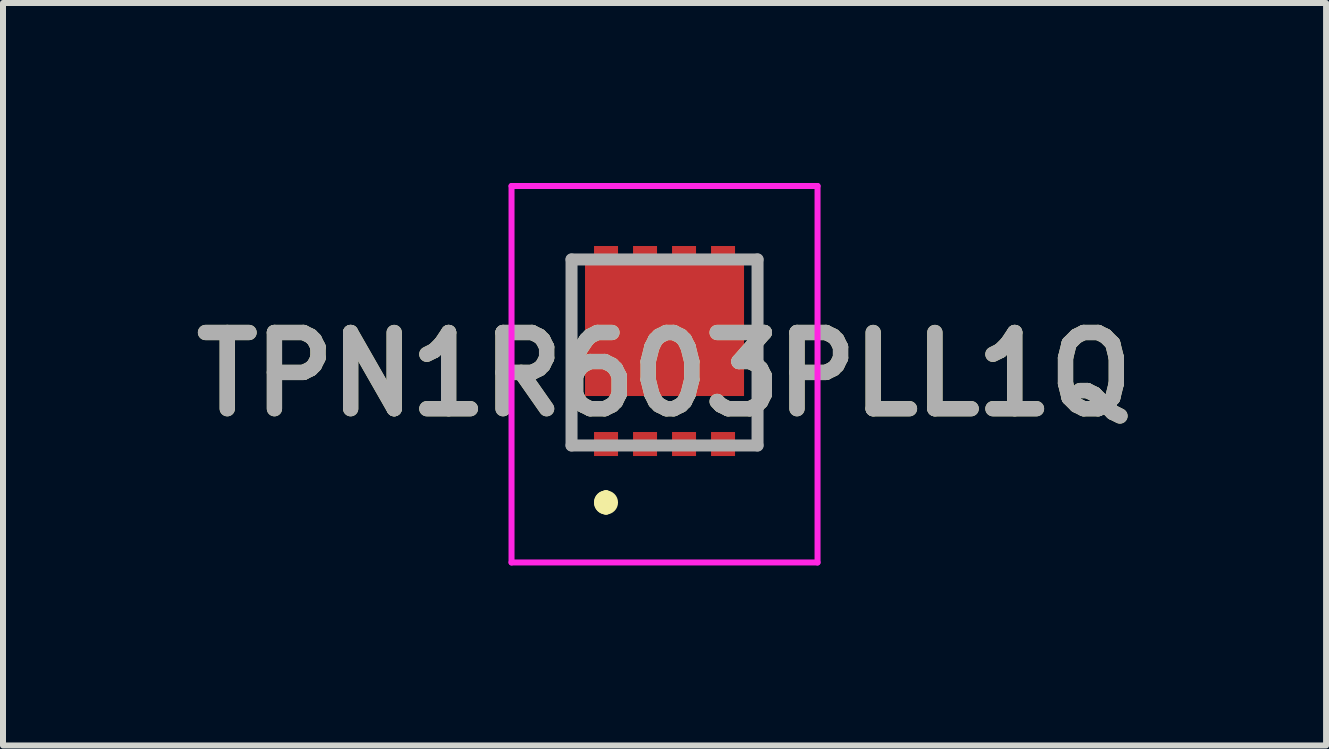
<source format=kicad_pcb>
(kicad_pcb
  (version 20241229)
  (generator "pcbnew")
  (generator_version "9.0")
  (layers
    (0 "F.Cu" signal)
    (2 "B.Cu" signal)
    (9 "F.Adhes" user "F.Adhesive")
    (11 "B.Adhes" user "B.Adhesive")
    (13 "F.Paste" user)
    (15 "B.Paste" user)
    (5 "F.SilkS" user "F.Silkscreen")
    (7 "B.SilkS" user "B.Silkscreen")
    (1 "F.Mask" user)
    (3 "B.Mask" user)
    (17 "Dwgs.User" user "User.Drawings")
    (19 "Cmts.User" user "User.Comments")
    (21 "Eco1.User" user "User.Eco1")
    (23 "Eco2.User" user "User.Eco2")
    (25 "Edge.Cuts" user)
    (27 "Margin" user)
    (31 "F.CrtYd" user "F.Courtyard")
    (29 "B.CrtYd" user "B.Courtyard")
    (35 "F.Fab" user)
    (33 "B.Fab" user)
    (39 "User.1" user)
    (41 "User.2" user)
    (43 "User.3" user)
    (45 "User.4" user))
  (footprint "TPN1R603PLL1Q"
    (layer "F.Cu")
    (at 8.025 2.45)
    (property "Reference" "TPN1R603PLL1Q" (at 0 0.737 0) (layer "F.SilkS") (effects (font (size 1.27 1.27) (thickness 0.254))))
    (attr smd)
    (fp_line (start -1.55 1.4) (end -1.55 1.924) (stroke (width 0.1) (type solid)) (layer "F.SilkS"))
    (fp_line (start -0.975 2.774) (end -0.975 2.774) (stroke (width 0.2) (type solid)) (layer "F.SilkS"))
    (fp_line (start -0.975 2.774) (end -0.975 2.774) (stroke (width 0.2) (type solid)) (layer "F.SilkS"))
    (fp_line (start -0.975 2.974) (end -0.975 2.974) (stroke (width 0.2) (type solid)) (layer "F.SilkS"))
    (fp_line (start 1.55 1.4) (end 1.55 1.924) (stroke (width 0.1) (type solid)) (layer "F.SilkS"))
    (fp_arc (start -0.975 2.774) (mid -0.875 2.874) (end -0.975 2.974) (stroke (width 0.2) (type solid)) (layer "F.SilkS"))
    (fp_arc (start -0.975 2.974) (mid -1.075 2.874) (end -0.975 2.774) (stroke (width 0.2) (type solid)) (layer "F.SilkS"))
    (fp_arc (start -0.975 2.974) (mid -1.075 2.874) (end -0.975 2.774) (stroke (width 0.2) (type solid)) (layer "F.SilkS"))
    (fp_line (start -2.55 -2.4) (end 2.55 -2.4) (stroke (width 0.1) (type solid)) (layer "F.CrtYd"))
    (fp_line (start -2.55 3.874) (end -2.55 -2.4) (stroke (width 0.1) (type solid)) (layer "F.CrtYd"))
    (fp_line (start 2.55 -2.4) (end 2.55 3.874) (stroke (width 0.1) (type solid)) (layer "F.CrtYd"))
    (fp_line (start 2.55 3.874) (end -2.55 3.874) (stroke (width 0.1) (type solid)) (layer "F.CrtYd"))
    (fp_line (start -1.55 -1.176) (end -1.55 1.924) (stroke (width 0.2) (type solid)) (layer "F.Fab"))
    (fp_line (start -1.55 1.924) (end 1.55 1.924) (stroke (width 0.2) (type solid)) (layer "F.Fab"))
    (fp_line (start 1.55 -1.176) (end -1.55 -1.176) (stroke (width 0.2) (type solid)) (layer "F.Fab"))
    (fp_line (start 1.55 1.924) (end 1.55 -1.176) (stroke (width 0.2) (type solid)) (layer "F.Fab"))
    (fp_text user "${REFERENCE}" (at 0 0.737 0) (layer "F.Fab") (effects (font (size 1.27 1.27) (thickness 0.254))))
    (pad "1" smd rect (at -0.975 1.9 90) (size 0.4 0.4) (layers "F.Cu" "F.Mask" "F.Paste"))
    (pad "2" smd rect (at -0.325 1.9 90) (size 0.4 0.4) (layers "F.Cu" "F.Mask" "F.Paste"))
    (pad "3" smd rect (at 0.325 1.9 90) (size 0.4 0.4) (layers "F.Cu" "F.Mask" "F.Paste"))
    (pad "4" smd rect (at 0.975 1.9 90) (size 0.4 0.4) (layers "F.Cu" "F.Mask" "F.Paste"))
    (pad "5" smd rect (at 0.975 -1.25 90) (size 0.3 0.4) (layers "F.Cu" "F.Mask" "F.Paste"))
    (pad "6" smd rect (at 0.325 -1.25 90) (size 0.3 0.4) (layers "F.Cu" "F.Mask" "F.Paste"))
    (pad "7" smd rect (at -0.325 -1.25 90) (size 0.3 0.4) (layers "F.Cu" "F.Mask" "F.Paste"))
    (pad "8" smd rect (at -0.975 -1.25 90) (size 0.3 0.4) (layers "F.Cu" "F.Mask" "F.Paste"))
    (pad "9" smd rect (at 0 0 90) (size 2.2 2.65) (layers "F.Cu" "F.Mask" "F.Paste")))
  (gr_rect
    (start -3 -3)
    (end 19.05 9.374)
    (stroke (width 0.1) (type default))
    (fill no)
    (layer "Edge.Cuts")))
</source>
